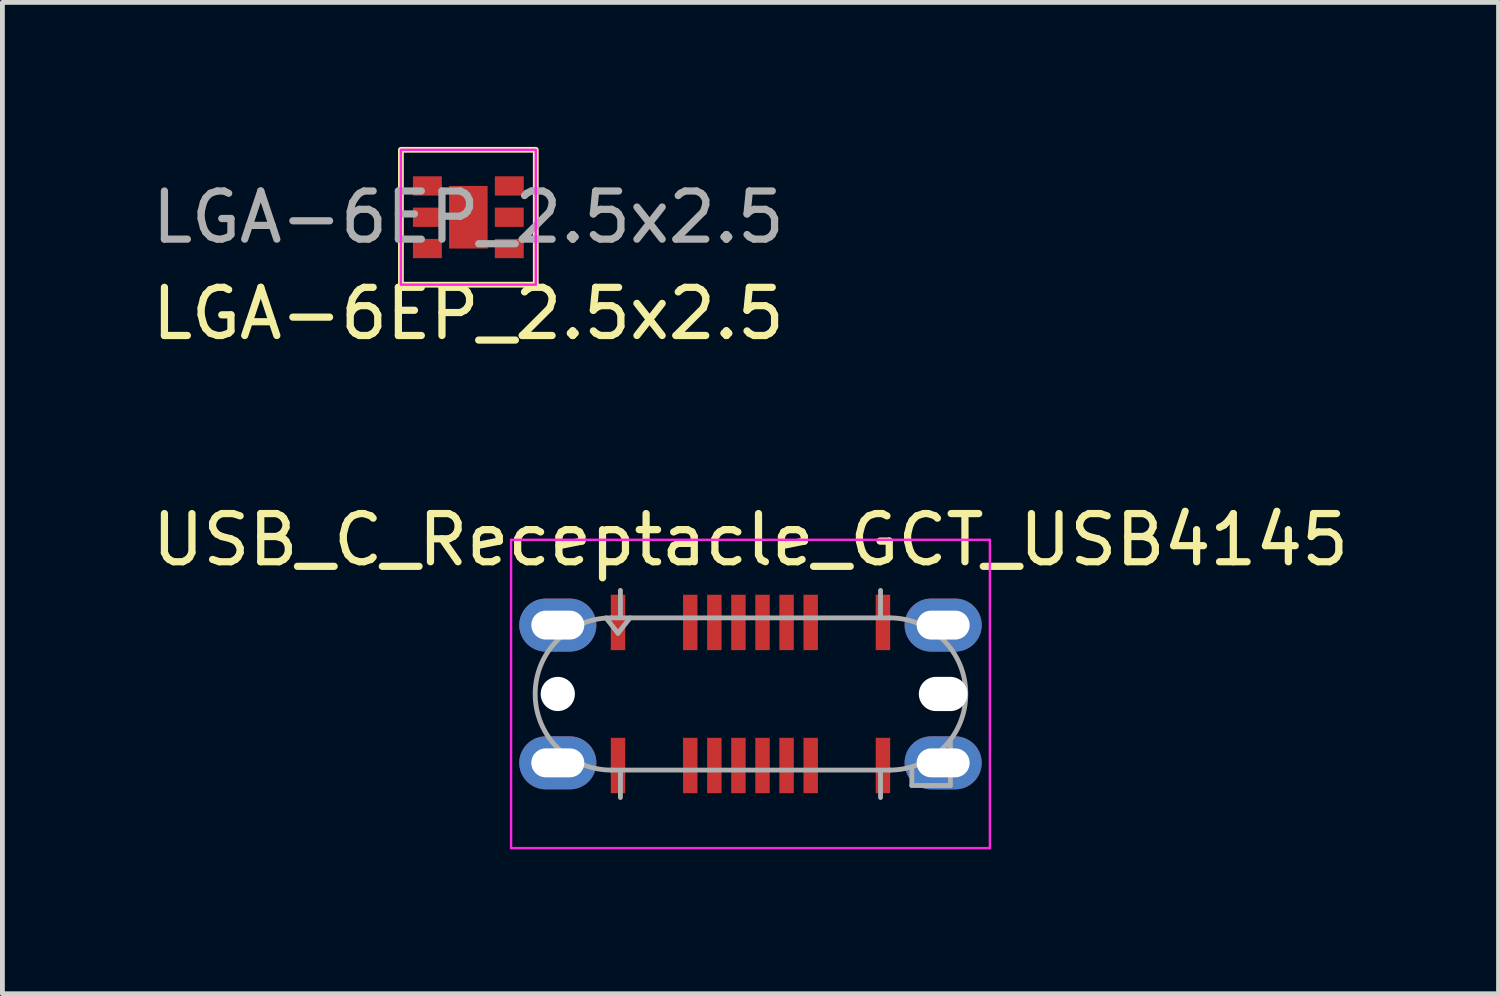
<source format=kicad_pcb>
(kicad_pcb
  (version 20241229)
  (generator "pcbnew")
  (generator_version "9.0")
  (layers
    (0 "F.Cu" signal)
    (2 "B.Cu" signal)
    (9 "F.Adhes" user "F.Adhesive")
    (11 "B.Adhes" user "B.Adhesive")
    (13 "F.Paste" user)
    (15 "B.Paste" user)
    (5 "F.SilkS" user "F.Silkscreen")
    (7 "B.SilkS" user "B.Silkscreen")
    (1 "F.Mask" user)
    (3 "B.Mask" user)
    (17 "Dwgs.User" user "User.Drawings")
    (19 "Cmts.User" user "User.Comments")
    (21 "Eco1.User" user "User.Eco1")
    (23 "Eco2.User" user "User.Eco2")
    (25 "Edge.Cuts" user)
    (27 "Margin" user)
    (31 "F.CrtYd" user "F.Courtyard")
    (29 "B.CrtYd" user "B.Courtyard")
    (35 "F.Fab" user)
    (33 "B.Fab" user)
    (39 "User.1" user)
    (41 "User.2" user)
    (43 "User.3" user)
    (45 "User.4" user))
  (footprint "USB_C_Receptacle_GCT_USB4145"
    (layer "F.Cu")
    (at 12.53 11.357)
    (property "Reference" "USB_C_Receptacle_GCT_USB4145" (at 0 -3.2 0) (layer "F.SilkS") (effects (font (size 1 1) (thickness 0.15))))
    (attr smd)
    (fp_line (start -4.97 -3.2) (end -4.97 3.2) (stroke (width 0.05) (type solid)) (layer "F.CrtYd"))
    (fp_line (start -4.97 3.2) (end 4.97 3.2) (stroke (width 0.05) (type solid)) (layer "F.CrtYd"))
    (fp_line (start 4.97 -3.2) (end -4.97 -3.2) (stroke (width 0.05) (type solid)) (layer "F.CrtYd"))
    (fp_line (start 4.97 3.2) (end 4.97 -3.2) (stroke (width 0.05) (type solid)) (layer "F.CrtYd"))
    (fp_line (start -2.89 1.58) (end 2.89 1.58) (stroke (width 0.1) (type solid)) (layer "F.Fab"))
    (fp_line (start -2.75 -1.26) (end -3 -1.58) (stroke (width 0.1) (type solid)) (layer "F.Fab"))
    (fp_line (start -2.7 -1.6) (end -2.7 -2.15) (stroke (width 0.1) (type solid)) (layer "F.Fab"))
    (fp_line (start -2.7 1.6) (end -2.7 2.15) (stroke (width 0.1) (type solid)) (layer "F.Fab"))
    (fp_line (start -2.5 -1.58) (end -2.75 -1.26) (stroke (width 0.1) (type solid)) (layer "F.Fab"))
    (fp_line (start 2.7 -1.6) (end 2.7 -2.15) (stroke (width 0.1) (type solid)) (layer "F.Fab"))
    (fp_line (start 2.7 1.6) (end 2.7 2.15) (stroke (width 0.1) (type solid)) (layer "F.Fab"))
    (fp_line (start 2.89 -1.58) (end -2.89 -1.58) (stroke (width 0.1) (type solid)) (layer "F.Fab"))
    (fp_line (start 3.35 1.9) (end 3.35 1.55) (stroke (width 0.1) (type solid)) (layer "F.Fab"))
    (fp_line (start 4.15 1.9) (end 3.35 1.9) (stroke (width 0.1) (type solid)) (layer "F.Fab"))
    (fp_line (start 4.15 1.9) (end 4.15 1) (stroke (width 0.1) (type solid)) (layer "F.Fab"))
    (fp_arc (start -2.89 1.58) (mid -4.47 0) (end -2.89 -1.58) (stroke (width 0.1) (type solid)) (layer "F.Fab"))
    (fp_arc (start 2.89 -1.58) (mid 4.47 0) (end 2.89 1.58) (stroke (width 0.1) (type solid)) (layer "F.Fab"))
    (pad "" np_thru_hole circle (at -4 0) (size 0.71 0.71) (drill 0.71) (layers "*.Cu" "*.Mask"))
    (pad "" np_thru_hole oval (at 4 0) (size 1.01 0.71) (drill oval 1.01 0.71) (layers "*.Cu" "*.Mask"))
    (pad "A1" smd rect (at -2.75 -1.485) (size 0.3 1.15) (layers "F.Cu" "F.Mask" "F.Paste"))
    (pad "A4" smd rect (at -1.25 -1.485) (size 0.3 1.15) (layers "F.Cu" "F.Mask" "F.Paste"))
    (pad "A5" smd rect (at -0.75 -1.485) (size 0.3 1.15) (layers "F.Cu" "F.Mask" "F.Paste"))
    (pad "A6" smd rect (at -0.25 -1.485) (size 0.3 1.15) (layers "F.Cu" "F.Mask" "F.Paste"))
    (pad "A7" smd rect (at 0.25 -1.485) (size 0.3 1.15) (layers "F.Cu" "F.Mask" "F.Paste"))
    (pad "A8" smd rect (at 0.75 -1.485) (size 0.3 1.15) (layers "F.Cu" "F.Mask" "F.Paste"))
    (pad "A9" smd rect (at 1.25 -1.485) (size 0.3 1.15) (layers "F.Cu" "F.Mask" "F.Paste"))
    (pad "A12" smd rect (at 2.75 -1.485) (size 0.3 1.15) (layers "F.Cu" "F.Mask" "F.Paste"))
    (pad "B1" smd rect (at 2.75 1.485) (size 0.3 1.15) (layers "F.Cu" "F.Mask" "F.Paste"))
    (pad "B4" smd rect (at 1.25 1.485) (size 0.3 1.15) (layers "F.Cu" "F.Mask" "F.Paste"))
    (pad "B5" smd rect (at 0.75 1.485) (size 0.3 1.15) (layers "F.Cu" "F.Mask" "F.Paste"))
    (pad "B6" smd rect (at 0.25 1.485) (size 0.3 1.15) (layers "F.Cu" "F.Mask" "F.Paste"))
    (pad "B7" smd rect (at -0.25 1.485) (size 0.3 1.15) (layers "F.Cu" "F.Mask" "F.Paste"))
    (pad "B8" smd rect (at -0.75 1.485) (size 0.3 1.15) (layers "F.Cu" "F.Mask" "F.Paste"))
    (pad "B9" smd rect (at -1.25 1.485) (size 0.3 1.15) (layers "F.Cu" "F.Mask" "F.Paste"))
    (pad "B12" smd rect (at -2.75 1.485) (size 0.3 1.15) (layers "F.Cu" "F.Mask" "F.Paste"))
    (pad "S1" thru_hole oval (at -4 -1.43) (size 1.6 1.1) (drill oval 1.1 0.6) (layers "*.Cu" "*.Mask"))
    (pad "S1" thru_hole oval (at -4 1.43) (size 1.6 1.1) (drill oval 1.1 0.6) (layers "*.Cu" "*.Mask"))
    (pad "S1" thru_hole oval (at 4 -1.43) (size 1.6 1.1) (drill oval 1.1 0.6) (layers "*.Cu" "*.Mask"))
    (pad "S1" thru_hole oval (at 4 1.43) (size 1.6 1.1) (drill oval 1.1 0.6) (layers "*.Cu" "*.Mask")))
  (footprint "LGA-6EP_2.5x2.5"
    (layer "F.Cu")
    (at 6.673 1.46)
    (property "Reference" "LGA-6EP_2.5x2.5" (at 0 2 0) (unlocked yes) (layer "F.SilkS") (effects (font (size 1 1) (thickness 0.15))))
    (attr smd)
    (fp_rect (start -1.4 -1.4) (end 1.4 1.4) (stroke (width 0.12) (type default)) (fill no) (layer "F.SilkS"))
    (fp_rect (start -1.4 -1.4) (end 1.4 1.4) (stroke (width 0.05) (type default)) (fill no) (layer "F.CrtYd"))
    (fp_text user "${REFERENCE}" (at 0 0 0) (unlocked yes) (layer "F.Fab") (effects (font (size 1 1) (thickness 0.15))))
    (pad "1" smd rect (at -0.85 -0.65) (size 0.6 0.4) (layers "F.Cu" "F.Mask" "F.Paste"))
    (pad "2" smd rect (at -0.85 0) (size 0.6 0.4) (layers "F.Cu" "F.Mask" "F.Paste"))
    (pad "3" smd rect (at -0.85 0.65) (size 0.6 0.4) (layers "F.Cu" "F.Mask" "F.Paste"))
    (pad "4" smd rect (at 0.85 0.65) (size 0.6 0.4) (layers "F.Cu" "F.Mask" "F.Paste"))
    (pad "5" smd rect (at 0.85 0) (size 0.6 0.4) (layers "F.Cu" "F.Mask" "F.Paste"))
    (pad "6" smd rect (at 0.85 -0.65) (size 0.6 0.4) (layers "F.Cu" "F.Mask" "F.Paste"))
    (pad "EP" smd rect (at 0 0) (size 0.8 1.3) (layers "F.Cu" "F.Mask" "F.Paste")))
  (gr_rect
    (start -3 -3)
    (end 28.06 17.581)
    (stroke (width 0.1) (type default))
    (fill no)
    (layer "Edge.Cuts")))
</source>
